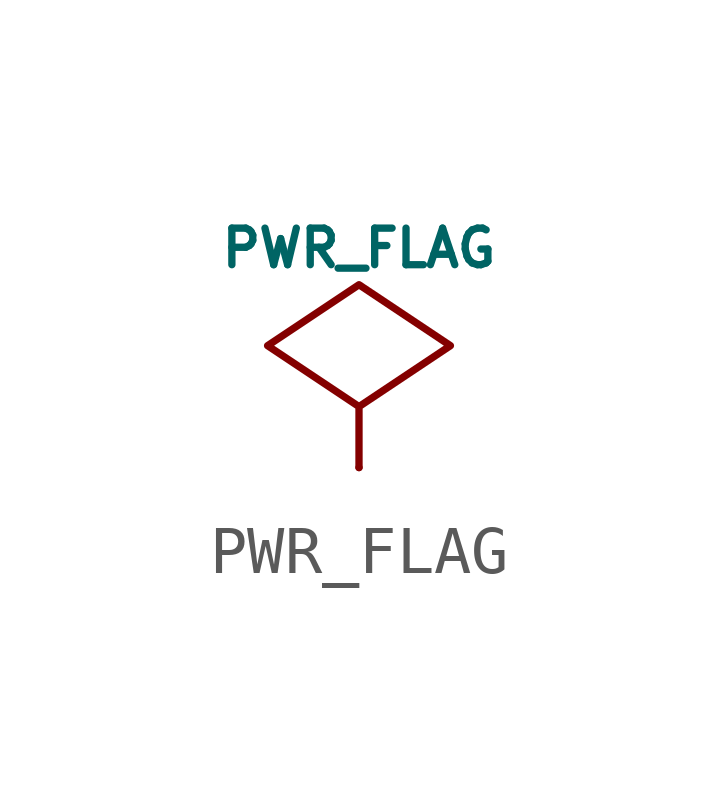
<source format=kicad_sym>
(kicad_symbol_lib
  (version 20220914)
  (generator kicad_symbol_editor)
  (symbol "PWR_FLAG"
    (power)
    (pin_numbers hide)
    (pin_names
      (offset 0) hide)
    (property "Reference" "#FLG"
      (at 0 2.413 0)
      (effects (font (size 0.762 0.762)) hide))
    (property "Value" "PWR_FLAG"
      (at 0 4.572 0)
      (effects (font (size 0.762 0.762))))
    (property "Footprint" ""
      (at 0 0 0)
      (effects (font (size 1.524 1.524))))
    (property "Datasheet" ""
      (at 0 0 0)
      (effects (font (size 1.524 1.524))))
    (symbol "PWR_FLAG_0_0"
      (pin power_out line (at 0 0 90) (length 0) (name "pwr" (effects (font (size 0.508 0.508)))) (number "1" (effects (font (size 0.508 0.508))))))
    (symbol "PWR_FLAG_0_1"
      (polyline (pts (xy 0 0) (xy 0 1.27) (xy -1.905 2.54) (xy 0 3.81) (xy 1.905 2.54) (xy 0 1.27)) (stroke (width 0) (type solid)) (fill (type none))))))
</source>
